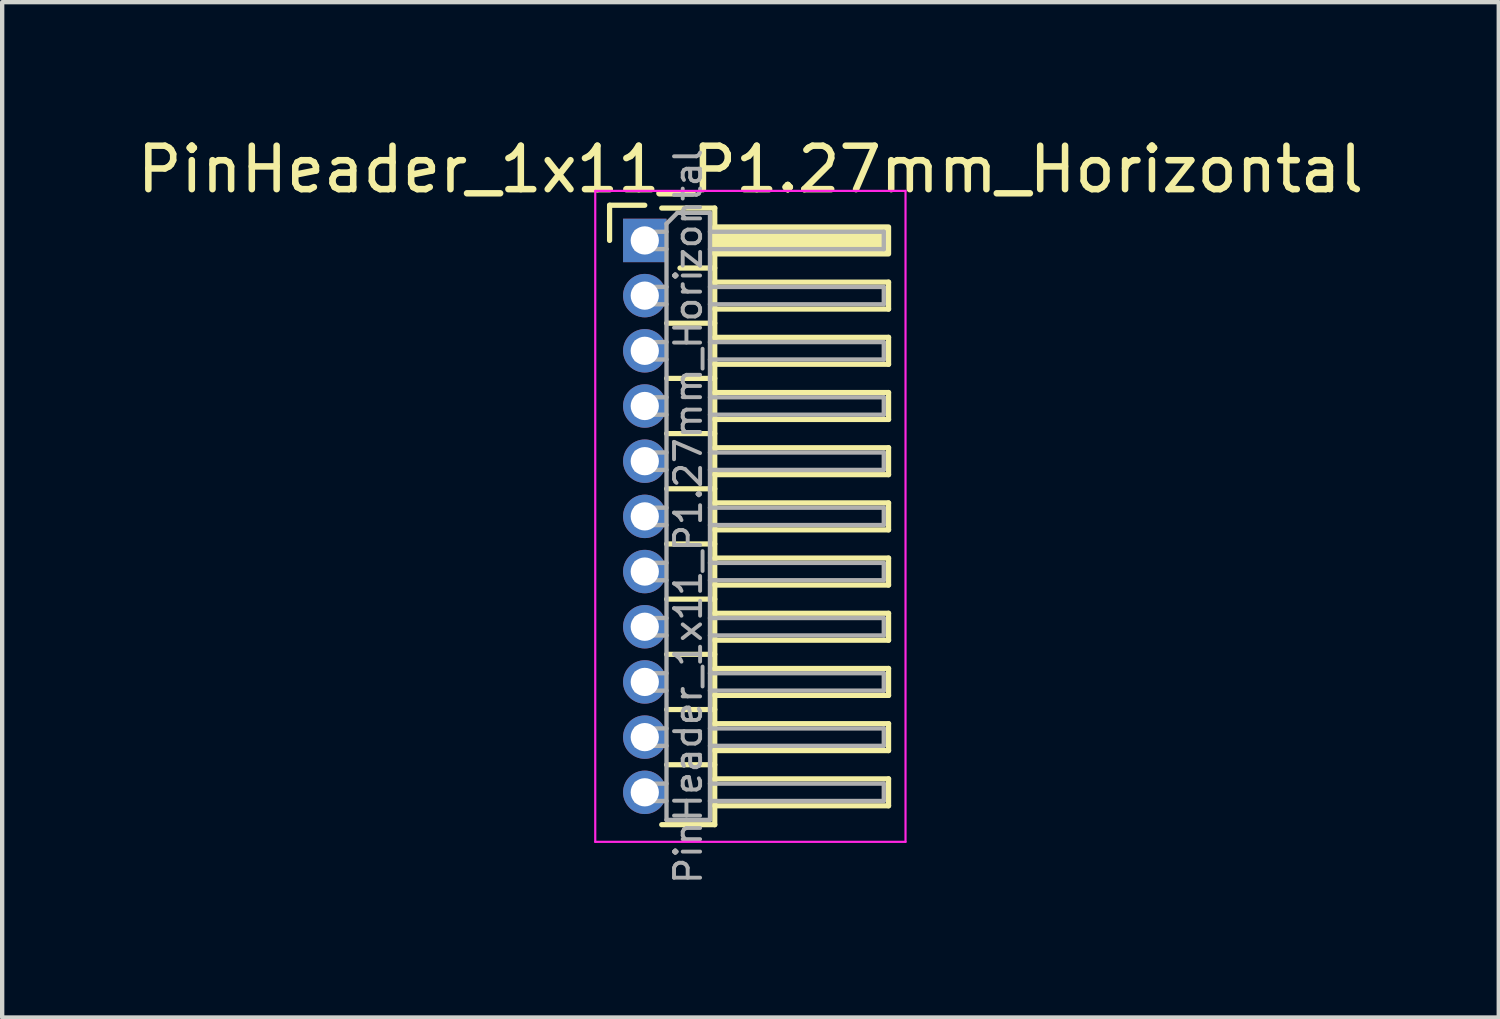
<source format=kicad_pcb>
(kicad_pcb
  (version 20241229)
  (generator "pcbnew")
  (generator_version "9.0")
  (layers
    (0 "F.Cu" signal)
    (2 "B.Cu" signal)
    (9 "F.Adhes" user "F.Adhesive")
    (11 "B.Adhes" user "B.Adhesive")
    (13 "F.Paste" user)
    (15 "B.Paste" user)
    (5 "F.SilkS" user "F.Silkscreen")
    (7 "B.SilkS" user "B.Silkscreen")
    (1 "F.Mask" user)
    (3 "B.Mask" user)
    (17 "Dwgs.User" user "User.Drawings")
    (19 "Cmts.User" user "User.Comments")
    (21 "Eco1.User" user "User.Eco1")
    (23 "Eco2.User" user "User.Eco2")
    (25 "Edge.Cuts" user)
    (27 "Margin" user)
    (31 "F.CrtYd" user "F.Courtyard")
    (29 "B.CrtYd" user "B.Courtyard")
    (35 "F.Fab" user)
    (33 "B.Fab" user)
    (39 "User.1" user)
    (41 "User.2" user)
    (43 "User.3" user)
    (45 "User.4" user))
  (footprint "PinHeader_1x11_P1.27mm_Horizontal"
    (layer "F.Cu")
    (at 11.788 2.483)
    (property "Reference" "PinHeader_1x11_P1.27mm_Horizontal" (at 2.433 -1.635 0) (layer "F.SilkS") (effects (font (size 1 1) (thickness 0.15))))
    (attr through_hole)
    (fp_line (start -0.81 -0.81) (end 0 -0.81) (stroke (width 0.12) (type solid)) (layer "F.SilkS"))
    (fp_line (start -0.81 0) (end -0.81 -0.81) (stroke (width 0.12) (type solid)) (layer "F.SilkS"))
    (fp_line (start 0.39 -0.745) (end 1.61 -0.745) (stroke (width 0.12) (type solid)) (layer "F.SilkS"))
    (fp_line (start 0.503 1.905) (end 1.61 1.905) (stroke (width 0.12) (type solid)) (layer "F.SilkS"))
    (fp_line (start 0.503 3.175) (end 1.61 3.175) (stroke (width 0.12) (type solid)) (layer "F.SilkS"))
    (fp_line (start 0.503 4.445) (end 1.61 4.445) (stroke (width 0.12) (type solid)) (layer "F.SilkS"))
    (fp_line (start 0.503 5.715) (end 1.61 5.715) (stroke (width 0.12) (type solid)) (layer "F.SilkS"))
    (fp_line (start 0.503 6.985) (end 1.61 6.985) (stroke (width 0.12) (type solid)) (layer "F.SilkS"))
    (fp_line (start 0.503 8.255) (end 1.61 8.255) (stroke (width 0.12) (type solid)) (layer "F.SilkS"))
    (fp_line (start 0.503 9.525) (end 1.61 9.525) (stroke (width 0.12) (type solid)) (layer "F.SilkS"))
    (fp_line (start 0.503 10.795) (end 1.61 10.795) (stroke (width 0.12) (type solid)) (layer "F.SilkS"))
    (fp_line (start 0.503 12.065) (end 1.61 12.065) (stroke (width 0.12) (type solid)) (layer "F.SilkS"))
    (fp_line (start 0.81 0.635) (end 1.61 0.635) (stroke (width 0.12) (type solid)) (layer "F.SilkS"))
    (fp_line (start 1.61 -0.745) (end 1.61 13.445) (stroke (width 0.12) (type solid)) (layer "F.SilkS"))
    (fp_line (start 1.61 0.96) (end 5.61 0.96) (stroke (width 0.12) (type solid)) (layer "F.SilkS"))
    (fp_line (start 1.61 2.23) (end 5.61 2.23) (stroke (width 0.12) (type solid)) (layer "F.SilkS"))
    (fp_line (start 1.61 3.5) (end 5.61 3.5) (stroke (width 0.12) (type solid)) (layer "F.SilkS"))
    (fp_line (start 1.61 4.77) (end 5.61 4.77) (stroke (width 0.12) (type solid)) (layer "F.SilkS"))
    (fp_line (start 1.61 6.04) (end 5.61 6.04) (stroke (width 0.12) (type solid)) (layer "F.SilkS"))
    (fp_line (start 1.61 7.31) (end 5.61 7.31) (stroke (width 0.12) (type solid)) (layer "F.SilkS"))
    (fp_line (start 1.61 8.58) (end 5.61 8.58) (stroke (width 0.12) (type solid)) (layer "F.SilkS"))
    (fp_line (start 1.61 9.85) (end 5.61 9.85) (stroke (width 0.12) (type solid)) (layer "F.SilkS"))
    (fp_line (start 1.61 11.12) (end 5.61 11.12) (stroke (width 0.12) (type solid)) (layer "F.SilkS"))
    (fp_line (start 1.61 12.39) (end 5.61 12.39) (stroke (width 0.12) (type solid)) (layer "F.SilkS"))
    (fp_line (start 1.61 13.445) (end 0.39 13.445) (stroke (width 0.12) (type solid)) (layer "F.SilkS"))
    (fp_line (start 5.61 0.96) (end 5.61 1.58) (stroke (width 0.12) (type solid)) (layer "F.SilkS"))
    (fp_line (start 5.61 1.58) (end 1.61 1.58) (stroke (width 0.12) (type solid)) (layer "F.SilkS"))
    (fp_line (start 5.61 2.23) (end 5.61 2.85) (stroke (width 0.12) (type solid)) (layer "F.SilkS"))
    (fp_line (start 5.61 2.85) (end 1.61 2.85) (stroke (width 0.12) (type solid)) (layer "F.SilkS"))
    (fp_line (start 5.61 3.5) (end 5.61 4.12) (stroke (width 0.12) (type solid)) (layer "F.SilkS"))
    (fp_line (start 5.61 4.12) (end 1.61 4.12) (stroke (width 0.12) (type solid)) (layer "F.SilkS"))
    (fp_line (start 5.61 4.77) (end 5.61 5.39) (stroke (width 0.12) (type solid)) (layer "F.SilkS"))
    (fp_line (start 5.61 5.39) (end 1.61 5.39) (stroke (width 0.12) (type solid)) (layer "F.SilkS"))
    (fp_line (start 5.61 6.04) (end 5.61 6.66) (stroke (width 0.12) (type solid)) (layer "F.SilkS"))
    (fp_line (start 5.61 6.66) (end 1.61 6.66) (stroke (width 0.12) (type solid)) (layer "F.SilkS"))
    (fp_line (start 5.61 7.31) (end 5.61 7.93) (stroke (width 0.12) (type solid)) (layer "F.SilkS"))
    (fp_line (start 5.61 7.93) (end 1.61 7.93) (stroke (width 0.12) (type solid)) (layer "F.SilkS"))
    (fp_line (start 5.61 8.58) (end 5.61 9.2) (stroke (width 0.12) (type solid)) (layer "F.SilkS"))
    (fp_line (start 5.61 9.2) (end 1.61 9.2) (stroke (width 0.12) (type solid)) (layer "F.SilkS"))
    (fp_line (start 5.61 9.85) (end 5.61 10.47) (stroke (width 0.12) (type solid)) (layer "F.SilkS"))
    (fp_line (start 5.61 10.47) (end 1.61 10.47) (stroke (width 0.12) (type solid)) (layer "F.SilkS"))
    (fp_line (start 5.61 11.12) (end 5.61 11.74) (stroke (width 0.12) (type solid)) (layer "F.SilkS"))
    (fp_line (start 5.61 11.74) (end 1.61 11.74) (stroke (width 0.12) (type solid)) (layer "F.SilkS"))
    (fp_line (start 5.61 12.39) (end 5.61 13.01) (stroke (width 0.12) (type solid)) (layer "F.SilkS"))
    (fp_line (start 5.61 13.01) (end 1.61 13.01) (stroke (width 0.12) (type solid)) (layer "F.SilkS"))
    (fp_rect (start 1.61 -0.31) (end 5.61 0.31) (stroke (width 0.12) (type solid)) (fill yes) (layer "F.SilkS"))
    (fp_line (start -1.14 -1.14) (end -1.14 13.84) (stroke (width 0.05) (type solid)) (layer "F.CrtYd"))
    (fp_line (start -1.14 13.84) (end 6 13.84) (stroke (width 0.05) (type solid)) (layer "F.CrtYd"))
    (fp_line (start 6 -1.14) (end -1.14 -1.14) (stroke (width 0.05) (type solid)) (layer "F.CrtYd"))
    (fp_line (start 6 13.84) (end 6 -1.14) (stroke (width 0.05) (type solid)) (layer "F.CrtYd"))
    (fp_line (start -0.2 -0.2) (end -0.2 0.2) (stroke (width 0.1) (type solid)) (layer "F.Fab"))
    (fp_line (start -0.2 -0.2) (end 0.5 -0.2) (stroke (width 0.1) (type solid)) (layer "F.Fab"))
    (fp_line (start -0.2 0.2) (end 0.5 0.2) (stroke (width 0.1) (type solid)) (layer "F.Fab"))
    (fp_line (start -0.2 1.07) (end -0.2 1.47) (stroke (width 0.1) (type solid)) (layer "F.Fab"))
    (fp_line (start -0.2 1.07) (end 0.5 1.07) (stroke (width 0.1) (type solid)) (layer "F.Fab"))
    (fp_line (start -0.2 1.47) (end 0.5 1.47) (stroke (width 0.1) (type solid)) (layer "F.Fab"))
    (fp_line (start -0.2 2.34) (end -0.2 2.74) (stroke (width 0.1) (type solid)) (layer "F.Fab"))
    (fp_line (start -0.2 2.34) (end 0.5 2.34) (stroke (width 0.1) (type solid)) (layer "F.Fab"))
    (fp_line (start -0.2 2.74) (end 0.5 2.74) (stroke (width 0.1) (type solid)) (layer "F.Fab"))
    (fp_line (start -0.2 3.61) (end -0.2 4.01) (stroke (width 0.1) (type solid)) (layer "F.Fab"))
    (fp_line (start -0.2 3.61) (end 0.5 3.61) (stroke (width 0.1) (type solid)) (layer "F.Fab"))
    (fp_line (start -0.2 4.01) (end 0.5 4.01) (stroke (width 0.1) (type solid)) (layer "F.Fab"))
    (fp_line (start -0.2 4.88) (end -0.2 5.28) (stroke (width 0.1) (type solid)) (layer "F.Fab"))
    (fp_line (start -0.2 4.88) (end 0.5 4.88) (stroke (width 0.1) (type solid)) (layer "F.Fab"))
    (fp_line (start -0.2 5.28) (end 0.5 5.28) (stroke (width 0.1) (type solid)) (layer "F.Fab"))
    (fp_line (start -0.2 6.15) (end -0.2 6.55) (stroke (width 0.1) (type solid)) (layer "F.Fab"))
    (fp_line (start -0.2 6.15) (end 0.5 6.15) (stroke (width 0.1) (type solid)) (layer "F.Fab"))
    (fp_line (start -0.2 6.55) (end 0.5 6.55) (stroke (width 0.1) (type solid)) (layer "F.Fab"))
    (fp_line (start -0.2 7.42) (end -0.2 7.82) (stroke (width 0.1) (type solid)) (layer "F.Fab"))
    (fp_line (start -0.2 7.42) (end 0.5 7.42) (stroke (width 0.1) (type solid)) (layer "F.Fab"))
    (fp_line (start -0.2 7.82) (end 0.5 7.82) (stroke (width 0.1) (type solid)) (layer "F.Fab"))
    (fp_line (start -0.2 8.69) (end -0.2 9.09) (stroke (width 0.1) (type solid)) (layer "F.Fab"))
    (fp_line (start -0.2 8.69) (end 0.5 8.69) (stroke (width 0.1) (type solid)) (layer "F.Fab"))
    (fp_line (start -0.2 9.09) (end 0.5 9.09) (stroke (width 0.1) (type solid)) (layer "F.Fab"))
    (fp_line (start -0.2 9.96) (end -0.2 10.36) (stroke (width 0.1) (type solid)) (layer "F.Fab"))
    (fp_line (start -0.2 9.96) (end 0.5 9.96) (stroke (width 0.1) (type solid)) (layer "F.Fab"))
    (fp_line (start -0.2 10.36) (end 0.5 10.36) (stroke (width 0.1) (type solid)) (layer "F.Fab"))
    (fp_line (start -0.2 11.23) (end -0.2 11.63) (stroke (width 0.1) (type solid)) (layer "F.Fab"))
    (fp_line (start -0.2 11.23) (end 0.5 11.23) (stroke (width 0.1) (type solid)) (layer "F.Fab"))
    (fp_line (start -0.2 11.63) (end 0.5 11.63) (stroke (width 0.1) (type solid)) (layer "F.Fab"))
    (fp_line (start -0.2 12.5) (end -0.2 12.9) (stroke (width 0.1) (type solid)) (layer "F.Fab"))
    (fp_line (start -0.2 12.5) (end 0.5 12.5) (stroke (width 0.1) (type solid)) (layer "F.Fab"))
    (fp_line (start -0.2 12.9) (end 0.5 12.9) (stroke (width 0.1) (type solid)) (layer "F.Fab"))
    (fp_line (start 0.5 -0.385) (end 0.75 -0.635) (stroke (width 0.1) (type solid)) (layer "F.Fab"))
    (fp_line (start 0.5 13.335) (end 0.5 -0.385) (stroke (width 0.1) (type solid)) (layer "F.Fab"))
    (fp_line (start 0.75 -0.635) (end 1.5 -0.635) (stroke (width 0.1) (type solid)) (layer "F.Fab"))
    (fp_line (start 1.5 -0.635) (end 1.5 13.335) (stroke (width 0.1) (type solid)) (layer "F.Fab"))
    (fp_line (start 1.5 -0.2) (end 5.5 -0.2) (stroke (width 0.1) (type solid)) (layer "F.Fab"))
    (fp_line (start 1.5 0.2) (end 5.5 0.2) (stroke (width 0.1) (type solid)) (layer "F.Fab"))
    (fp_line (start 1.5 1.07) (end 5.5 1.07) (stroke (width 0.1) (type solid)) (layer "F.Fab"))
    (fp_line (start 1.5 1.47) (end 5.5 1.47) (stroke (width 0.1) (type solid)) (layer "F.Fab"))
    (fp_line (start 1.5 2.34) (end 5.5 2.34) (stroke (width 0.1) (type solid)) (layer "F.Fab"))
    (fp_line (start 1.5 2.74) (end 5.5 2.74) (stroke (width 0.1) (type solid)) (layer "F.Fab"))
    (fp_line (start 1.5 3.61) (end 5.5 3.61) (stroke (width 0.1) (type solid)) (layer "F.Fab"))
    (fp_line (start 1.5 4.01) (end 5.5 4.01) (stroke (width 0.1) (type solid)) (layer "F.Fab"))
    (fp_line (start 1.5 4.88) (end 5.5 4.88) (stroke (width 0.1) (type solid)) (layer "F.Fab"))
    (fp_line (start 1.5 5.28) (end 5.5 5.28) (stroke (width 0.1) (type solid)) (layer "F.Fab"))
    (fp_line (start 1.5 6.15) (end 5.5 6.15) (stroke (width 0.1) (type solid)) (layer "F.Fab"))
    (fp_line (start 1.5 6.55) (end 5.5 6.55) (stroke (width 0.1) (type solid)) (layer "F.Fab"))
    (fp_line (start 1.5 7.42) (end 5.5 7.42) (stroke (width 0.1) (type solid)) (layer "F.Fab"))
    (fp_line (start 1.5 7.82) (end 5.5 7.82) (stroke (width 0.1) (type solid)) (layer "F.Fab"))
    (fp_line (start 1.5 8.69) (end 5.5 8.69) (stroke (width 0.1) (type solid)) (layer "F.Fab"))
    (fp_line (start 1.5 9.09) (end 5.5 9.09) (stroke (width 0.1) (type solid)) (layer "F.Fab"))
    (fp_line (start 1.5 9.96) (end 5.5 9.96) (stroke (width 0.1) (type solid)) (layer "F.Fab"))
    (fp_line (start 1.5 10.36) (end 5.5 10.36) (stroke (width 0.1) (type solid)) (layer "F.Fab"))
    (fp_line (start 1.5 11.23) (end 5.5 11.23) (stroke (width 0.1) (type solid)) (layer "F.Fab"))
    (fp_line (start 1.5 11.63) (end 5.5 11.63) (stroke (width 0.1) (type solid)) (layer "F.Fab"))
    (fp_line (start 1.5 12.5) (end 5.5 12.5) (stroke (width 0.1) (type solid)) (layer "F.Fab"))
    (fp_line (start 1.5 12.9) (end 5.5 12.9) (stroke (width 0.1) (type solid)) (layer "F.Fab"))
    (fp_line (start 1.5 13.335) (end 0.5 13.335) (stroke (width 0.1) (type solid)) (layer "F.Fab"))
    (fp_line (start 5.5 -0.2) (end 5.5 0.2) (stroke (width 0.1) (type solid)) (layer "F.Fab"))
    (fp_line (start 5.5 1.07) (end 5.5 1.47) (stroke (width 0.1) (type solid)) (layer "F.Fab"))
    (fp_line (start 5.5 2.34) (end 5.5 2.74) (stroke (width 0.1) (type solid)) (layer "F.Fab"))
    (fp_line (start 5.5 3.61) (end 5.5 4.01) (stroke (width 0.1) (type solid)) (layer "F.Fab"))
    (fp_line (start 5.5 4.88) (end 5.5 5.28) (stroke (width 0.1) (type solid)) (layer "F.Fab"))
    (fp_line (start 5.5 6.15) (end 5.5 6.55) (stroke (width 0.1) (type solid)) (layer "F.Fab"))
    (fp_line (start 5.5 7.42) (end 5.5 7.82) (stroke (width 0.1) (type solid)) (layer "F.Fab"))
    (fp_line (start 5.5 8.69) (end 5.5 9.09) (stroke (width 0.1) (type solid)) (layer "F.Fab"))
    (fp_line (start 5.5 9.96) (end 5.5 10.36) (stroke (width 0.1) (type solid)) (layer "F.Fab"))
    (fp_line (start 5.5 11.23) (end 5.5 11.63) (stroke (width 0.1) (type solid)) (layer "F.Fab"))
    (fp_line (start 5.5 12.5) (end 5.5 12.9) (stroke (width 0.1) (type solid)) (layer "F.Fab"))
    (fp_text user "${REFERENCE}" (at 1 6.35 90) (layer "F.Fab") (effects (font (size 0.6 0.6) (thickness 0.09))))
    (pad "1" thru_hole rect (at 0 0) (size 1 1) (drill 0.65) (layers "*.Cu" "*.Mask"))
    (pad "2" thru_hole circle (at 0 1.27) (size 1 1) (drill 0.65) (layers "*.Cu" "*.Mask"))
    (pad "3" thru_hole circle (at 0 2.54) (size 1 1) (drill 0.65) (layers "*.Cu" "*.Mask"))
    (pad "4" thru_hole circle (at 0 3.81) (size 1 1) (drill 0.65) (layers "*.Cu" "*.Mask"))
    (pad "5" thru_hole circle (at 0 5.08) (size 1 1) (drill 0.65) (layers "*.Cu" "*.Mask"))
    (pad "6" thru_hole circle (at 0 6.35) (size 1 1) (drill 0.65) (layers "*.Cu" "*.Mask"))
    (pad "7" thru_hole circle (at 0 7.62) (size 1 1) (drill 0.65) (layers "*.Cu" "*.Mask"))
    (pad "8" thru_hole circle (at 0 8.89) (size 1 1) (drill 0.65) (layers "*.Cu" "*.Mask"))
    (pad "9" thru_hole circle (at 0 10.16) (size 1 1) (drill 0.65) (layers "*.Cu" "*.Mask"))
    (pad "10" thru_hole circle (at 0 11.43) (size 1 1) (drill 0.65) (layers "*.Cu" "*.Mask"))
    (pad "11" thru_hole circle (at 0 12.7) (size 1 1) (drill 0.65) (layers "*.Cu" "*.Mask")))
  (gr_rect
    (start -3 -3)
    (end 31.44 20.365)
    (stroke (width 0.1) (type default))
    (fill no)
    (layer "Edge.Cuts")))
</source>
